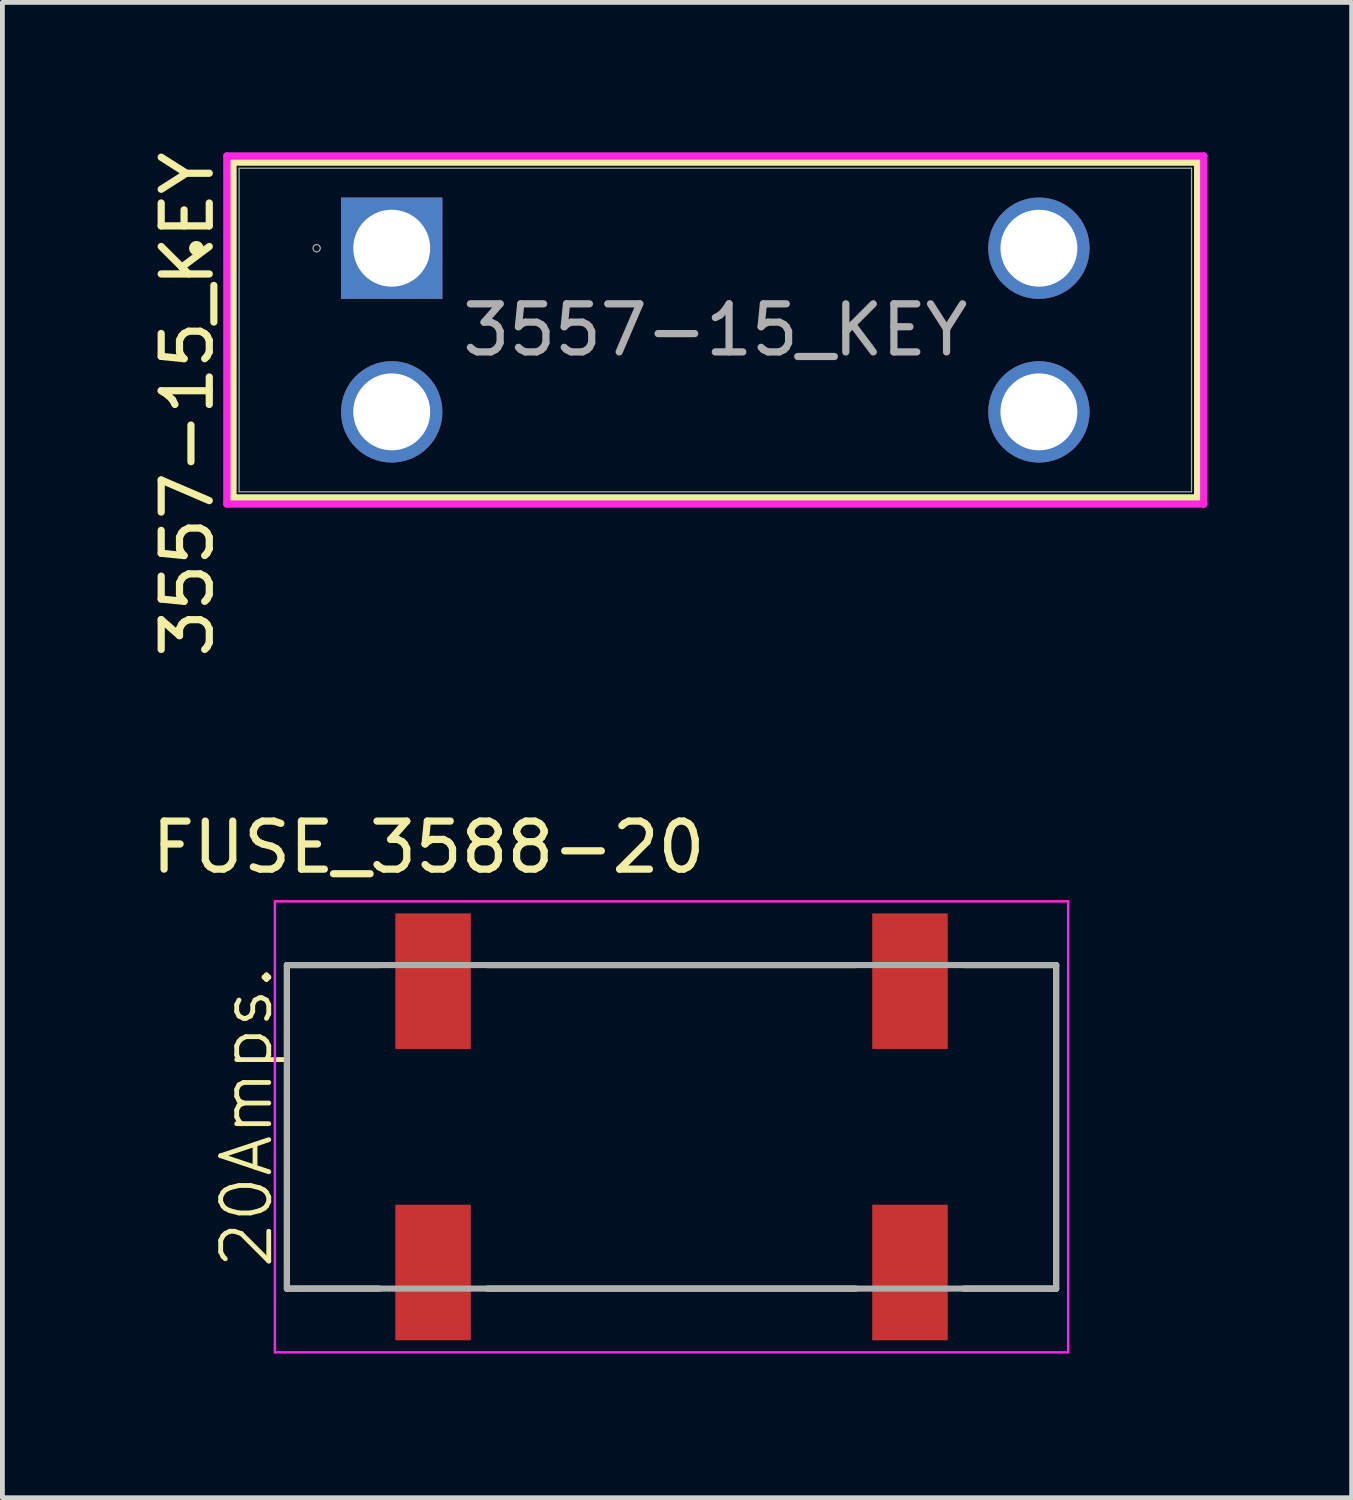
<source format=kicad_pcb>
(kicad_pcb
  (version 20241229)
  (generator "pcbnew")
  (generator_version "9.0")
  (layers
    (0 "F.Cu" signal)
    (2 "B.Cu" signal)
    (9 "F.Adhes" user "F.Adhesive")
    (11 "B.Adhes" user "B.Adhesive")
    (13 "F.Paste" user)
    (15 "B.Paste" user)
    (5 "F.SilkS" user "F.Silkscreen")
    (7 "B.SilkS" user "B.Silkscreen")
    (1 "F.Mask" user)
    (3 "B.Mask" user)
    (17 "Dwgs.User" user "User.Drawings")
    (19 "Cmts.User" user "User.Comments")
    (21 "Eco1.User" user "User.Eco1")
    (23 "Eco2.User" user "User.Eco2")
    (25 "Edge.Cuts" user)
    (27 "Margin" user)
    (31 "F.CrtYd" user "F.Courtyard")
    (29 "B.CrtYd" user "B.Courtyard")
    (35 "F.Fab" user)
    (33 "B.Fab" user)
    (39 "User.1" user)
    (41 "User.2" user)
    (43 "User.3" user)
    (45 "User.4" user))
  (footprint "FUSE_3588-20"
    (layer "F.Cu")
    (at 10.918 20.389)
    (property "Reference" "FUSE_3588-20" (at -5.055 -5.815 0) (layer "F.SilkS") (effects (font (size 1 1) (thickness 0.15))))
    (attr smd)
    (fp_line (start -8 -3.365) (end -8 3.365) (stroke (width 0.127) (type solid)) (layer "F.SilkS"))
    (fp_line (start -6.08 -3.365) (end -8 -3.365) (stroke (width 0.127) (type solid)) (layer "F.SilkS"))
    (fp_line (start -6.08 3.365) (end -8 3.365) (stroke (width 0.127) (type solid)) (layer "F.SilkS"))
    (fp_line (start -3.83 -3.365) (end 3.83 -3.365) (stroke (width 0.127) (type solid)) (layer "F.SilkS"))
    (fp_line (start 3.83 3.365) (end -3.83 3.365) (stroke (width 0.127) (type solid)) (layer "F.SilkS"))
    (fp_line (start 6.08 -3.365) (end 8 -3.365) (stroke (width 0.127) (type solid)) (layer "F.SilkS"))
    (fp_line (start 6.08 3.365) (end 8 3.365) (stroke (width 0.127) (type solid)) (layer "F.SilkS"))
    (fp_line (start 8 -3.365) (end 8 3.365) (stroke (width 0.127) (type solid)) (layer "F.SilkS"))
    (fp_line (start -8.25 -4.69) (end 8.25 -4.69) (stroke (width 0.05) (type solid)) (layer "F.CrtYd"))
    (fp_line (start -8.25 4.69) (end -8.25 -4.69) (stroke (width 0.05) (type solid)) (layer "F.CrtYd"))
    (fp_line (start 8.25 -4.69) (end 8.25 4.69) (stroke (width 0.05) (type solid)) (layer "F.CrtYd"))
    (fp_line (start 8.25 4.69) (end -8.25 4.69) (stroke (width 0.05) (type solid)) (layer "F.CrtYd"))
    (fp_line (start -8 -3.365) (end 8 -3.365) (stroke (width 0.127) (type solid)) (layer "F.Fab"))
    (fp_line (start -8 3.365) (end -8 -3.365) (stroke (width 0.127) (type solid)) (layer "F.Fab"))
    (fp_line (start 8 -3.365) (end 8 3.365) (stroke (width 0.127) (type solid)) (layer "F.Fab"))
    (fp_line (start 8 3.365) (end -8 3.365) (stroke (width 0.127) (type solid)) (layer "F.Fab"))
    (fp_text user "20Amps." (at -8.25 3 90) (unlocked yes) (layer "F.SilkS") (effects (font (size 1 1) (thickness 0.1)) (justify left bottom)))
    (pad "1_1" smd rect (at -4.96 -3.03) (size 1.57 2.82) (layers "F.Cu" "F.Mask" "F.Paste"))
    (pad "1_2" smd rect (at -4.96 3.03) (size 1.57 2.82) (layers "F.Cu" "F.Mask" "F.Paste"))
    (pad "2_1" smd rect (at 4.96 -3.03) (size 1.57 2.82) (layers "F.Cu" "F.Mask" "F.Paste"))
    (pad "2_2" smd rect (at 4.96 3.03) (size 1.57 2.82) (layers "F.Cu" "F.Mask" "F.Paste")))
  (footprint "3557-15_KEY"
    (layer "F.Cu")
    (at 5.098 2.113)
    (property "Reference" "3557-15_KEY" (at -4.25 3.25 90) (unlocked yes) (layer "F.SilkS") (effects (font (size 1 1) (thickness 0.15))))
    (attr through_hole)
    (fp_line (start -3.302 -1.791) (end -3.302 5.194) (stroke (width 0.152) (type solid)) (layer "F.SilkS"))
    (fp_line (start 16.764 -1.791) (end -3.302 -1.791) (stroke (width 0.152) (type solid)) (layer "F.SilkS"))
    (fp_line (start 16.764 -1.791) (end 16.764 5.194) (stroke (width 0.152) (type solid)) (layer "F.SilkS"))
    (fp_line (start 16.764 5.194) (end -3.302 5.194) (stroke (width 0.152) (type solid)) (layer "F.SilkS"))
    (fp_circle (center -4.064 0) (end -3.988 0) (stroke (width 0.152) (type solid)) (fill no) (layer "F.SilkS"))
    (fp_line (start -3.429 -1.918) (end 16.891 -1.918) (stroke (width 0.152) (type solid)) (layer "F.CrtYd"))
    (fp_line (start -3.429 5.321) (end -3.429 -1.918) (stroke (width 0.152) (type solid)) (layer "F.CrtYd"))
    (fp_line (start 16.891 -1.918) (end 16.891 5.321) (stroke (width 0.152) (type solid)) (layer "F.CrtYd"))
    (fp_line (start 16.891 5.321) (end -3.429 5.321) (stroke (width 0.152) (type solid)) (layer "F.CrtYd"))
    (fp_line (start -3.175 -1.664) (end -3.175 5.067) (stroke (width 0.025) (type solid)) (layer "F.Fab"))
    (fp_line (start 16.637 -1.664) (end -3.175 -1.664) (stroke (width 0.025) (type solid)) (layer "F.Fab"))
    (fp_line (start 16.637 -1.664) (end 16.637 5.067) (stroke (width 0.025) (type solid)) (layer "F.Fab"))
    (fp_line (start 16.637 5.067) (end -3.175 5.067) (stroke (width 0.025) (type solid)) (layer "F.Fab"))
    (fp_circle (center -1.562 0) (end -1.486 0) (stroke (width 0.025) (type solid)) (fill no) (layer "F.Fab"))
    (fp_text user "${REFERENCE}" (at 6.731 1.702 0) (unlocked yes) (layer "F.Fab") (effects (font (size 1 1) (thickness 0.15))))
    (pad "1" thru_hole rect (at 0 0) (size 2.108 2.108) (drill 1.6) (layers "*.Cu" "*.Mask"))
    (pad "2" thru_hole circle (at 0 3.404) (size 2.108 2.108) (drill 1.6) (layers "*.Cu" "*.Mask"))
    (pad "3" thru_hole circle (at 13.462 3.404) (size 2.108 2.108) (drill 1.6) (layers "*.Cu" "*.Mask"))
    (pad "4" thru_hole circle (at 13.462 0) (size 2.108 2.108) (drill 1.6) (layers "*.Cu" "*.Mask")))
  (gr_rect
    (start -3 -3)
    (end 25.065 28.104)
    (stroke (width 0.1) (type default))
    (fill no)
    (layer "Edge.Cuts")))
</source>
